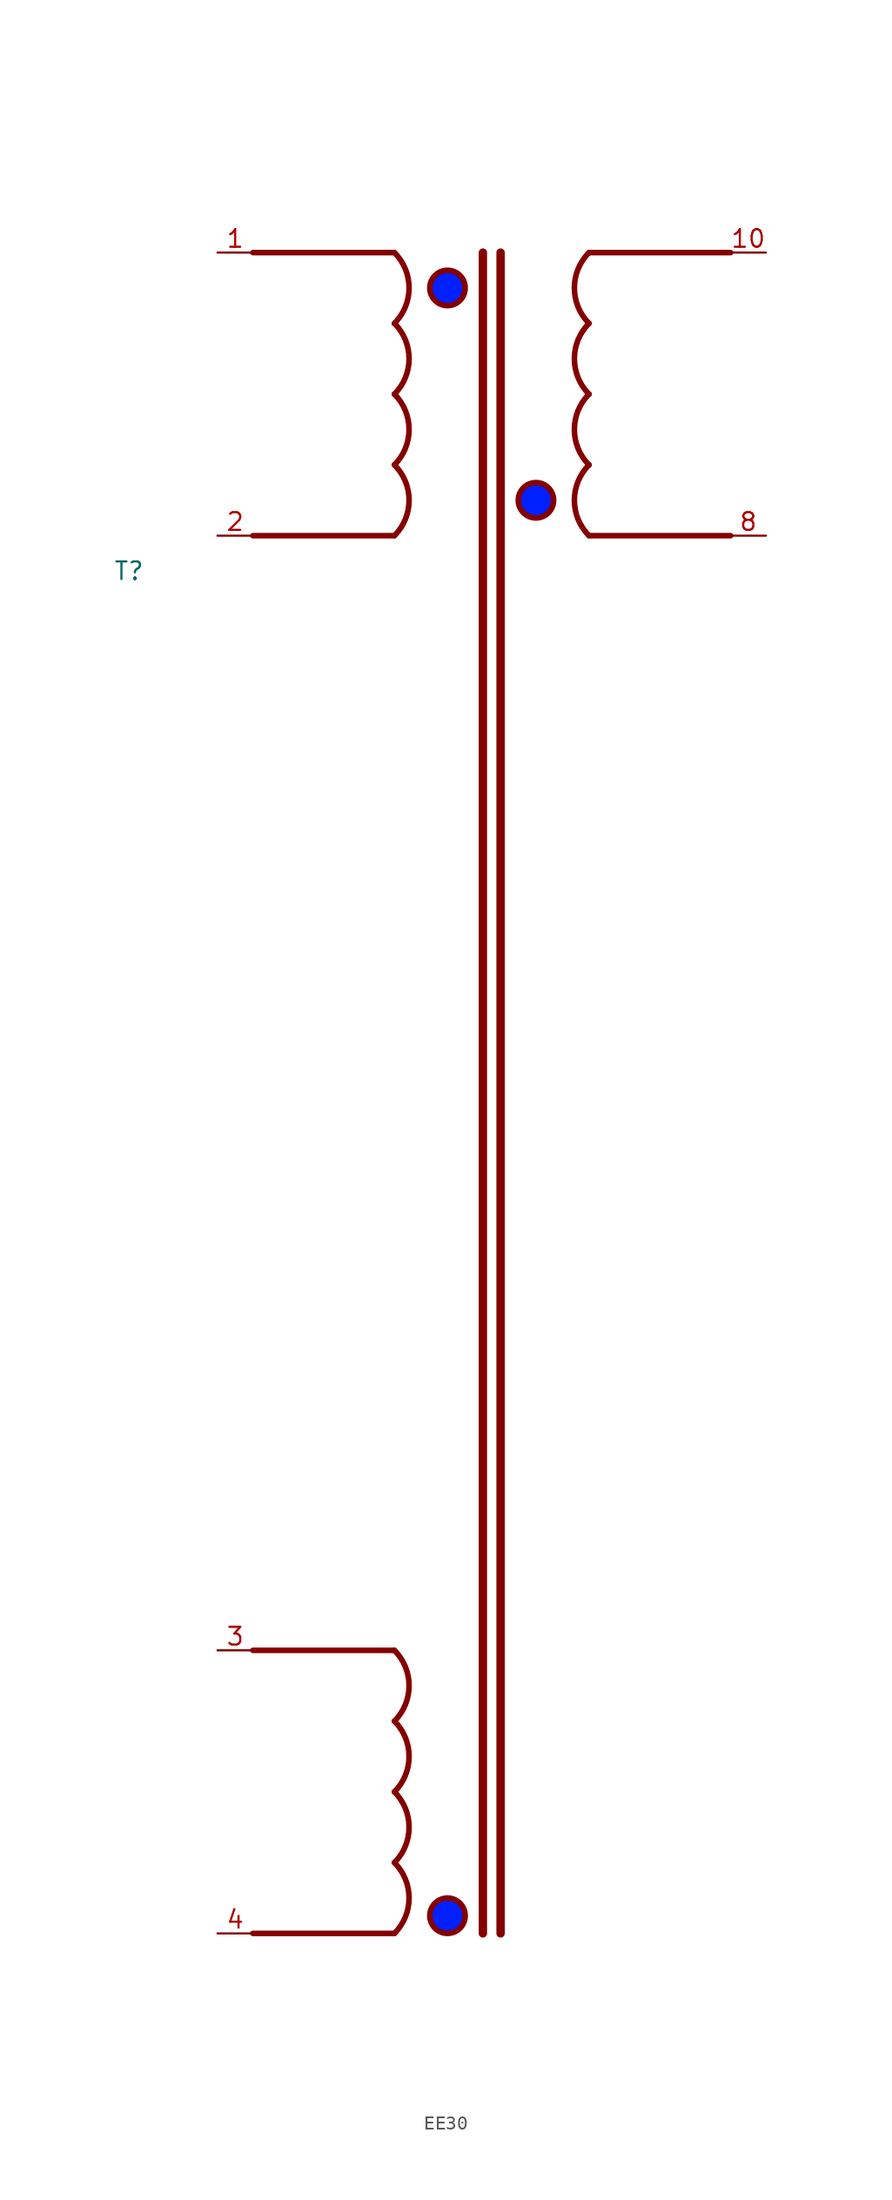
<source format=kicad_sym>
(kicad_symbol_lib
  (version 20220914)
  (generator kicad_symbol_editor)
  (symbol "EE30"
    (property "Reference" "T"
      (at -25.4 -7.62 0)
      (effects (font (size 1.27 1.27))))
    (property "Value" ""
      (at 0 0 0)
      (effects (font (size 1.27 1.27))))
    (symbol "EE30_1_1"
      (arc (start -6.35 -105.41) (mid -5.2979 -102.87) (end -6.35 -100.33) (stroke (width 0.4) (type default)) (fill (type none)))
      (arc (start -6.35 -100.33) (mid -5.2979 -97.79) (end -6.35 -95.25) (stroke (width 0.4) (type default)) (fill (type none)))
      (arc (start -6.35 -95.25) (mid -5.2979 -92.71) (end -6.35 -90.17) (stroke (width 0.4) (type default)) (fill (type none)))
      (arc (start -6.35 -90.17) (mid -5.2979 -87.63) (end -6.35 -85.09) (stroke (width 0.4) (type solid)) (fill (type none)))
      (arc (start -6.35 -5.08) (mid -5.2979 -2.54) (end -6.35 0) (stroke (width 0.4) (type default)) (fill (type none)))
      (arc (start -6.35 0) (mid -5.2979 2.54) (end -6.35 5.08) (stroke (width 0.4) (type default)) (fill (type none)))
      (arc (start -6.35 5.08) (mid -5.2979 7.62) (end -6.35 10.16) (stroke (width 0.4) (type default)) (fill (type none)))
      (arc (start -6.35 10.16) (mid -5.2979 12.7) (end -6.35 15.24) (stroke (width 0.4) (type solid)) (fill (type none)))
      (circle (center -2.54 -104.14) (radius 1.27) (stroke (width 0.4) (type default)) (fill (type color) (color 0 32 255 1)))
      (circle (center -2.54 12.7) (radius 1.27) (stroke (width 0.4) (type default)) (fill (type color) (color 0 32 255 1)))
      (polyline (pts (xy -16.51 -105.41) (xy -6.35 -105.41)) (stroke (width 0.4) (type default)) (fill (type none)))
      (polyline (pts (xy -16.51 -85.09) (xy -6.35 -85.09)) (stroke (width 0.4) (type default)) (fill (type none)))
      (polyline (pts (xy -16.51 -5.08) (xy -6.35 -5.08)) (stroke (width 0.4) (type default)) (fill (type none)))
      (polyline (pts (xy -16.51 15.24) (xy -6.35 15.24)) (stroke (width 0.4) (type default)) (fill (type none)))
      (polyline (pts (xy 0 15.24) (xy 0 -105.41)) (stroke (width 0.6) (type default)) (fill (type none)))
      (polyline (pts (xy 1.27 15.24) (xy 1.27 -105.41)) (stroke (width 0.6) (type default)) (fill (type none)))
      (polyline (pts (xy 17.78 -5.08) (xy 7.62 -5.08)) (stroke (width 0.4) (type default)) (fill (type none)))
      (polyline (pts (xy 17.78 15.24) (xy 7.62 15.24)) (stroke (width 0.4) (type default)) (fill (type none)))
      (circle (center 3.81 -2.54) (radius 1.27) (stroke (width 0.4) (type default)) (fill (type color) (color 0 32 255 1)))
      (arc (start 7.62 0) (mid 6.5679 -2.54) (end 7.62 -5.08) (stroke (width 0.4) (type solid)) (fill (type none)))
      (arc (start 7.62 5.08) (mid 6.5679 2.54) (end 7.62 0) (stroke (width 0.4) (type default)) (fill (type none)))
      (arc (start 7.62 10.16) (mid 6.5679 7.62) (end 7.62 5.08) (stroke (width 0.4) (type default)) (fill (type none)))
      (arc (start 7.62 15.24) (mid 6.5679 12.7) (end 7.62 10.16) (stroke (width 0.4) (type default)) (fill (type none)))
      (pin passive line (at -19.05 15.24 0) (length 2.54) (name "" (effects (font (size 1.27 1.27)))) (number "1" (effects (font (size 1.27 1.27)))))
      (pin passive line (at 20.32 15.24 180) (length 2.54) (name "" (effects (font (size 1.27 1.27)))) (number "10" (effects (font (size 1.27 1.27)))))
      (pin passive line (at -19.05 -5.08 0) (length 2.54) (name "" (effects (font (size 1.27 1.27)))) (number "2" (effects (font (size 1.27 1.27)))))
      (pin passive line (at -19.05 -85.09 0) (length 2.54) (name "" (effects (font (size 1.27 1.27)))) (number "3" (effects (font (size 1.27 1.27)))))
      (pin passive line (at -19.05 -105.41 0) (length 2.54) (name "" (effects (font (size 1.27 1.27)))) (number "4" (effects (font (size 1.27 1.27)))))
      (pin passive line (at 20.32 -5.08 180) (length 2.54) (name "" (effects (font (size 1.27 1.27)))) (number "8" (effects (font (size 1.27 1.27))))))))
</source>
